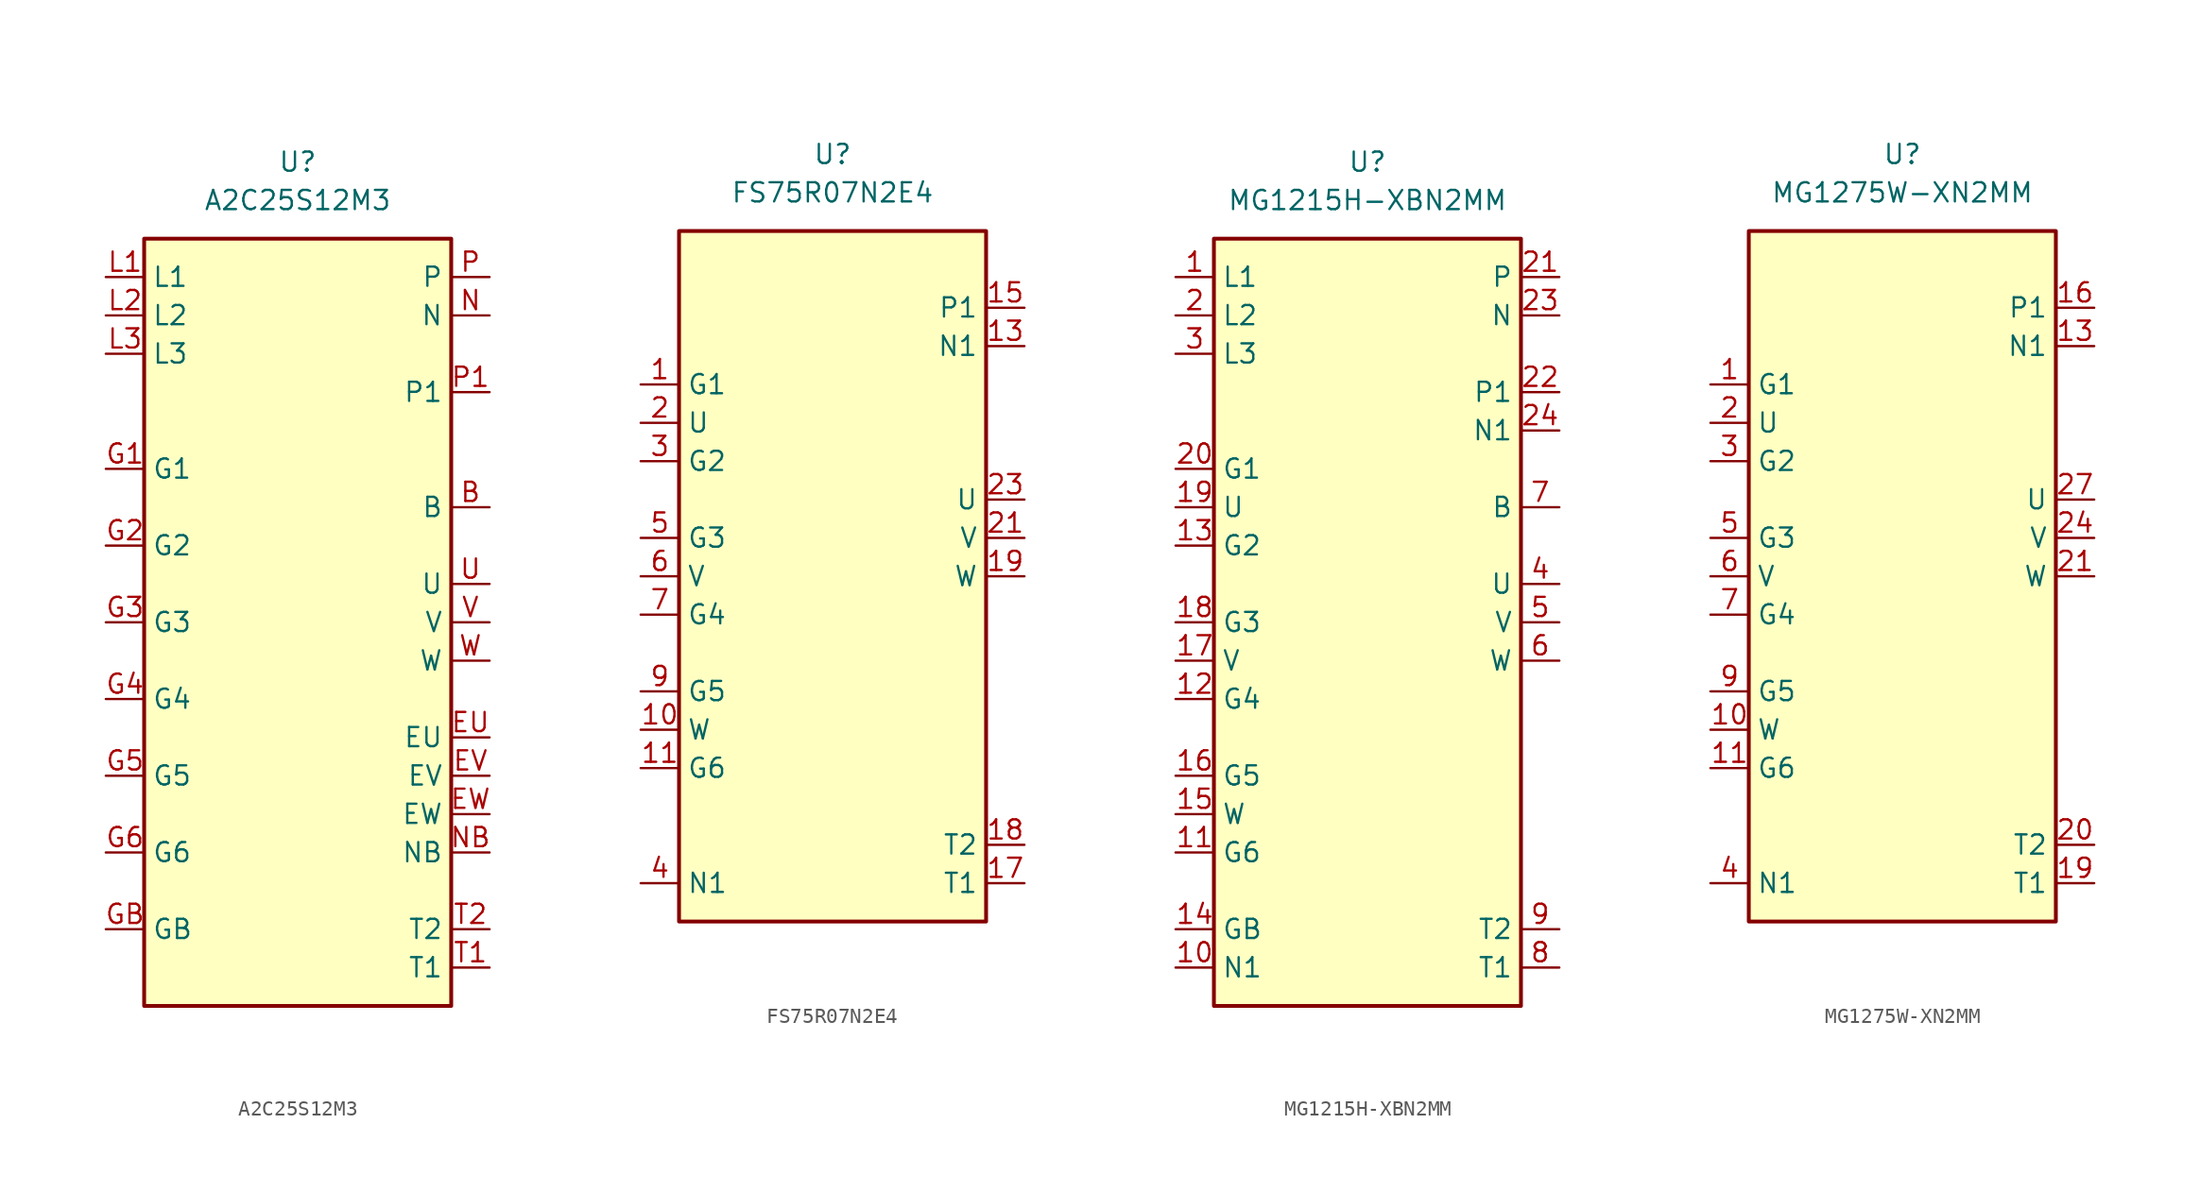
<source format=kicad_sym>
(kicad_symbol_lib
  (version 20220914)
  (generator kicad_symbol_editor)
  (symbol "A2C25S12M3"
    (property "Reference" "U"
      (at 0 30.48 0)
      (effects (font (size 1.27 1.27))))
    (property "Value" "A2C25S12M3"
      (at 0 27.94 0)
      (effects (font (size 1.27 1.27))))
    (symbol "A2C25S12M3_1_1"
      (rectangle (start -10.16 25.4) (end 10.16 -25.4) (stroke (width 0.254) (type default)) (fill (type background)))
      (pin passive line (at 12.7 7.62 180) (length 2.54) (name "B" (effects (font (size 1.27 1.27)))) (number "B" (effects (font (size 1.27 1.27)))))
      (pin passive line (at 12.7 -7.62 180) (length 2.54) (name "EU" (effects (font (size 1.27 1.27)))) (number "EU" (effects (font (size 1.27 1.27)))))
      (pin passive line (at 12.7 -10.16 180) (length 2.54) (name "EV" (effects (font (size 1.27 1.27)))) (number "EV" (effects (font (size 1.27 1.27)))))
      (pin passive line (at 12.7 -12.7 180) (length 2.54) (name "EW" (effects (font (size 1.27 1.27)))) (number "EW" (effects (font (size 1.27 1.27)))))
      (pin passive line (at -12.7 10.16 0) (length 2.54) (name "G1" (effects (font (size 1.27 1.27)))) (number "G1" (effects (font (size 1.27 1.27)))))
      (pin passive line (at -12.7 5.08 0) (length 2.54) (name "G2" (effects (font (size 1.27 1.27)))) (number "G2" (effects (font (size 1.27 1.27)))))
      (pin passive line (at -12.7 0 0) (length 2.54) (name "G3" (effects (font (size 1.27 1.27)))) (number "G3" (effects (font (size 1.27 1.27)))))
      (pin passive line (at -12.7 -5.08 0) (length 2.54) (name "G4" (effects (font (size 1.27 1.27)))) (number "G4" (effects (font (size 1.27 1.27)))))
      (pin passive line (at -12.7 -10.16 0) (length 2.54) (name "G5" (effects (font (size 1.27 1.27)))) (number "G5" (effects (font (size 1.27 1.27)))))
      (pin passive line (at -12.7 -15.24 0) (length 2.54) (name "G6" (effects (font (size 1.27 1.27)))) (number "G6" (effects (font (size 1.27 1.27)))))
      (pin passive line (at -12.7 -20.32 0) (length 2.54) (name "GB" (effects (font (size 1.27 1.27)))) (number "GB" (effects (font (size 1.27 1.27)))))
      (pin passive line (at -12.7 22.86 0) (length 2.54) (name "L1" (effects (font (size 1.27 1.27)))) (number "L1" (effects (font (size 1.27 1.27)))))
      (pin passive line (at -12.7 20.32 0) (length 2.54) (name "L2" (effects (font (size 1.27 1.27)))) (number "L2" (effects (font (size 1.27 1.27)))))
      (pin passive line (at -12.7 17.78 0) (length 2.54) (name "L3" (effects (font (size 1.27 1.27)))) (number "L3" (effects (font (size 1.27 1.27)))))
      (pin passive line (at 12.7 20.32 180) (length 2.54) (name "N" (effects (font (size 1.27 1.27)))) (number "N" (effects (font (size 1.27 1.27)))))
      (pin passive line (at 12.7 -15.24 180) (length 2.54) (name "NB" (effects (font (size 1.27 1.27)))) (number "NB" (effects (font (size 1.27 1.27)))))
      (pin passive line (at 12.7 22.86 180) (length 2.54) (name "P" (effects (font (size 1.27 1.27)))) (number "P" (effects (font (size 1.27 1.27)))))
      (pin passive line (at 12.7 15.24 180) (length 2.54) (name "P1" (effects (font (size 1.27 1.27)))) (number "P1" (effects (font (size 1.27 1.27)))))
      (pin passive line (at 12.7 -22.86 180) (length 2.54) (name "T1" (effects (font (size 1.27 1.27)))) (number "T1" (effects (font (size 1.27 1.27)))))
      (pin passive line (at 12.7 -20.32 180) (length 2.54) (name "T2" (effects (font (size 1.27 1.27)))) (number "T2" (effects (font (size 1.27 1.27)))))
      (pin passive line (at 12.7 2.54 180) (length 2.54) (name "U" (effects (font (size 1.27 1.27)))) (number "U" (effects (font (size 1.27 1.27)))))
      (pin passive line (at 12.7 0 180) (length 2.54) (name "V" (effects (font (size 1.27 1.27)))) (number "V" (effects (font (size 1.27 1.27)))))
      (pin passive line (at 12.7 -2.54 180) (length 2.54) (name "W" (effects (font (size 1.27 1.27)))) (number "W" (effects (font (size 1.27 1.27)))))))
  (symbol "FS75R07N2E4"
    (property "Reference" "U"
      (at 0 25.4 0)
      (effects (font (size 1.27 1.27))))
    (property "Value" "FS75R07N2E4"
      (at 0 22.86 0)
      (effects (font (size 1.27 1.27))))
    (symbol "FS75R07N2E4_0_0"
      (pin passive line (at 12.7 12.7 180) (length 2.54) (name "N1" (effects (font (size 1.27 1.27)))) (number "13" (effects (font (size 1.27 1.27)))))
      (pin passive line (at 12.7 12.7 180) (length 2.54) hide (name "N1" (effects (font (size 1.27 1.27)))) (number "14" (effects (font (size 1.27 1.27)))))
      (pin passive line (at 12.7 15.24 180) (length 2.54) (name "P1" (effects (font (size 1.27 1.27)))) (number "15" (effects (font (size 1.27 1.27)))))
      (pin passive line (at 12.7 15.24 180) (length 2.54) hide (name "P1" (effects (font (size 1.27 1.27)))) (number "16" (effects (font (size 1.27 1.27)))))
      (pin passive line (at 12.7 -22.86 180) (length 2.54) (name "T1" (effects (font (size 1.27 1.27)))) (number "17" (effects (font (size 1.27 1.27)))))
      (pin passive line (at 12.7 -20.32 180) (length 2.54) (name "T2" (effects (font (size 1.27 1.27)))) (number "18" (effects (font (size 1.27 1.27)))))
      (pin passive line (at 12.7 -2.54 180) (length 2.54) (name "W" (effects (font (size 1.27 1.27)))) (number "19" (effects (font (size 1.27 1.27)))))
      (pin passive line (at 12.7 -2.54 180) (length 2.54) hide (name "W" (effects (font (size 1.27 1.27)))) (number "20" (effects (font (size 1.27 1.27)))))
      (pin passive line (at 12.7 0 180) (length 2.54) (name "V" (effects (font (size 1.27 1.27)))) (number "21" (effects (font (size 1.27 1.27)))))
      (pin passive line (at 12.7 0 180) (length 2.54) hide (name "V" (effects (font (size 1.27 1.27)))) (number "22" (effects (font (size 1.27 1.27)))))
      (pin passive line (at 12.7 2.54 180) (length 2.54) (name "U" (effects (font (size 1.27 1.27)))) (number "23" (effects (font (size 1.27 1.27)))))
      (pin passive line (at 12.7 2.54 180) (length 2.54) hide (name "U" (effects (font (size 1.27 1.27)))) (number "24" (effects (font (size 1.27 1.27)))))
      (pin passive line (at 12.7 15.24 180) (length 2.54) hide (name "P1" (effects (font (size 1.27 1.27)))) (number "25" (effects (font (size 1.27 1.27)))))
      (pin passive line (at 12.7 15.24 180) (length 2.54) hide (name "P1" (effects (font (size 1.27 1.27)))) (number "26" (effects (font (size 1.27 1.27)))))
      (pin passive line (at 12.7 12.7 180) (length 2.54) hide (name "N1" (effects (font (size 1.27 1.27)))) (number "27" (effects (font (size 1.27 1.27)))))
      (pin passive line (at 12.7 12.7 180) (length 2.54) hide (name "N1" (effects (font (size 1.27 1.27)))) (number "28" (effects (font (size 1.27 1.27))))))
    (symbol "FS75R07N2E4_1_1"
      (rectangle (start -10.16 20.32) (end 10.16 -25.4) (stroke (width 0.254) (type default)) (fill (type background)))
      (pin passive line (at -12.7 10.16 0) (length 2.54) (name "G1" (effects (font (size 1.27 1.27)))) (number "1" (effects (font (size 1.27 1.27)))))
      (pin passive line (at -12.7 -12.7 0) (length 2.54) (name "W" (effects (font (size 1.27 1.27)))) (number "10" (effects (font (size 1.27 1.27)))))
      (pin passive line (at -12.7 -15.24 0) (length 2.54) (name "G6" (effects (font (size 1.27 1.27)))) (number "11" (effects (font (size 1.27 1.27)))))
      (pin passive line (at -12.7 -22.86 0) (length 2.54) hide (name "N1" (effects (font (size 1.27 1.27)))) (number "12" (effects (font (size 1.27 1.27)))))
      (pin passive line (at -12.7 7.62 0) (length 2.54) (name "U" (effects (font (size 1.27 1.27)))) (number "2" (effects (font (size 1.27 1.27)))))
      (pin passive line (at -12.7 5.08 0) (length 2.54) (name "G2" (effects (font (size 1.27 1.27)))) (number "3" (effects (font (size 1.27 1.27)))))
      (pin passive line (at -12.7 -22.86 0) (length 2.54) (name "N1" (effects (font (size 1.27 1.27)))) (number "4" (effects (font (size 1.27 1.27)))))
      (pin passive line (at -12.7 0 0) (length 2.54) (name "G3" (effects (font (size 1.27 1.27)))) (number "5" (effects (font (size 1.27 1.27)))))
      (pin passive line (at -12.7 -2.54 0) (length 2.54) (name "V" (effects (font (size 1.27 1.27)))) (number "6" (effects (font (size 1.27 1.27)))))
      (pin passive line (at -12.7 -5.08 0) (length 2.54) (name "G4" (effects (font (size 1.27 1.27)))) (number "7" (effects (font (size 1.27 1.27)))))
      (pin passive line (at -12.7 -22.86 0) (length 2.54) hide (name "N1" (effects (font (size 1.27 1.27)))) (number "8" (effects (font (size 1.27 1.27)))))
      (pin passive line (at -12.7 -10.16 0) (length 2.54) (name "G5" (effects (font (size 1.27 1.27)))) (number "9" (effects (font (size 1.27 1.27)))))))
  (symbol "MG1215H-XBN2MM"
    (property "Reference" "U"
      (at 0 30.48 0)
      (effects (font (size 1.27 1.27))))
    (property "Value" "MG1215H-XBN2MM"
      (at 0 27.94 0)
      (effects (font (size 1.27 1.27))))
    (symbol "MG1215H-XBN2MM_1_1"
      (rectangle (start -10.16 25.4) (end 10.16 -25.4) (stroke (width 0.254) (type default)) (fill (type background)))
      (pin passive line (at -12.7 22.86 0) (length 2.54) (name "L1" (effects (font (size 1.27 1.27)))) (number "1" (effects (font (size 1.27 1.27)))))
      (pin passive line (at -12.7 -22.86 0) (length 2.54) (name "N1" (effects (font (size 1.27 1.27)))) (number "10" (effects (font (size 1.27 1.27)))))
      (pin passive line (at -12.7 -15.24 0) (length 2.54) (name "G6" (effects (font (size 1.27 1.27)))) (number "11" (effects (font (size 1.27 1.27)))))
      (pin passive line (at -12.7 -5.08 0) (length 2.54) (name "G4" (effects (font (size 1.27 1.27)))) (number "12" (effects (font (size 1.27 1.27)))))
      (pin passive line (at -12.7 5.08 0) (length 2.54) (name "G2" (effects (font (size 1.27 1.27)))) (number "13" (effects (font (size 1.27 1.27)))))
      (pin passive line (at -12.7 -20.32 0) (length 2.54) (name "GB" (effects (font (size 1.27 1.27)))) (number "14" (effects (font (size 1.27 1.27)))))
      (pin passive line (at -12.7 -12.7 0) (length 2.54) (name "W" (effects (font (size 1.27 1.27)))) (number "15" (effects (font (size 1.27 1.27)))))
      (pin passive line (at -12.7 -10.16 0) (length 2.54) (name "G5" (effects (font (size 1.27 1.27)))) (number "16" (effects (font (size 1.27 1.27)))))
      (pin passive line (at -12.7 -2.54 0) (length 2.54) (name "V" (effects (font (size 1.27 1.27)))) (number "17" (effects (font (size 1.27 1.27)))))
      (pin passive line (at -12.7 0 0) (length 2.54) (name "G3" (effects (font (size 1.27 1.27)))) (number "18" (effects (font (size 1.27 1.27)))))
      (pin passive line (at -12.7 7.62 0) (length 2.54) (name "U" (effects (font (size 1.27 1.27)))) (number "19" (effects (font (size 1.27 1.27)))))
      (pin passive line (at -12.7 20.32 0) (length 2.54) (name "L2" (effects (font (size 1.27 1.27)))) (number "2" (effects (font (size 1.27 1.27)))))
      (pin passive line (at -12.7 10.16 0) (length 2.54) (name "G1" (effects (font (size 1.27 1.27)))) (number "20" (effects (font (size 1.27 1.27)))))
      (pin passive line (at 12.7 22.86 180) (length 2.54) (name "P" (effects (font (size 1.27 1.27)))) (number "21" (effects (font (size 1.27 1.27)))))
      (pin passive line (at 12.7 15.24 180) (length 2.54) (name "P1" (effects (font (size 1.27 1.27)))) (number "22" (effects (font (size 1.27 1.27)))))
      (pin passive line (at 12.7 20.32 180) (length 2.54) (name "N" (effects (font (size 1.27 1.27)))) (number "23" (effects (font (size 1.27 1.27)))))
      (pin passive line (at 12.7 12.7 180) (length 2.54) (name "N1" (effects (font (size 1.27 1.27)))) (number "24" (effects (font (size 1.27 1.27)))))
      (pin passive line (at -12.7 17.78 0) (length 2.54) (name "L3" (effects (font (size 1.27 1.27)))) (number "3" (effects (font (size 1.27 1.27)))))
      (pin passive line (at 12.7 2.54 180) (length 2.54) (name "U" (effects (font (size 1.27 1.27)))) (number "4" (effects (font (size 1.27 1.27)))))
      (pin passive line (at 12.7 0 180) (length 2.54) (name "V" (effects (font (size 1.27 1.27)))) (number "5" (effects (font (size 1.27 1.27)))))
      (pin passive line (at 12.7 -2.54 180) (length 2.54) (name "W" (effects (font (size 1.27 1.27)))) (number "6" (effects (font (size 1.27 1.27)))))
      (pin passive line (at 12.7 7.62 180) (length 2.54) (name "B" (effects (font (size 1.27 1.27)))) (number "7" (effects (font (size 1.27 1.27)))))
      (pin passive line (at 12.7 -22.86 180) (length 2.54) (name "T1" (effects (font (size 1.27 1.27)))) (number "8" (effects (font (size 1.27 1.27)))))
      (pin passive line (at 12.7 -20.32 180) (length 2.54) (name "T2" (effects (font (size 1.27 1.27)))) (number "9" (effects (font (size 1.27 1.27)))))))
  (symbol "MG1275W-XN2MM"
    (property "Reference" "U"
      (at 0 27.94 0)
      (effects (font (size 1.27 1.27))))
    (property "Value" "MG1275W-XN2MM"
      (at 0 25.4 0)
      (effects (font (size 1.27 1.27))))
    (symbol "MG1275W-XN2MM_0_0"
      (pin passive line (at 12.7 15.24 180) (length 2.54) (name "N1" (effects (font (size 1.27 1.27)))) (number "13" (effects (font (size 1.27 1.27)))))
      (pin passive line (at 12.7 15.24 180) (length 2.54) hide (name "N1" (effects (font (size 1.27 1.27)))) (number "14" (effects (font (size 1.27 1.27)))))
      (pin passive line (at 12.7 15.24 180) (length 2.54) hide (name "N1" (effects (font (size 1.27 1.27)))) (number "15" (effects (font (size 1.27 1.27)))))
      (pin passive line (at 12.7 17.78 180) (length 2.54) (name "P1" (effects (font (size 1.27 1.27)))) (number "16" (effects (font (size 1.27 1.27)))))
      (pin passive line (at 12.7 17.78 180) (length 2.54) hide (name "P1" (effects (font (size 1.27 1.27)))) (number "17" (effects (font (size 1.27 1.27)))))
      (pin passive line (at 12.7 17.78 180) (length 2.54) hide (name "P1" (effects (font (size 1.27 1.27)))) (number "18" (effects (font (size 1.27 1.27)))))
      (pin passive line (at 12.7 -20.32 180) (length 2.54) (name "T1" (effects (font (size 1.27 1.27)))) (number "19" (effects (font (size 1.27 1.27)))))
      (pin passive line (at 12.7 -17.78 180) (length 2.54) (name "T2" (effects (font (size 1.27 1.27)))) (number "20" (effects (font (size 1.27 1.27)))))
      (pin passive line (at 12.7 17.78 180) (length 2.54) hide (name "P1" (effects (font (size 1.27 1.27)))) (number "30" (effects (font (size 1.27 1.27)))))
      (pin passive line (at 12.7 17.78 180) (length 2.54) hide (name "P1" (effects (font (size 1.27 1.27)))) (number "31" (effects (font (size 1.27 1.27)))))
      (pin passive line (at 12.7 17.78 180) (length 2.54) hide (name "P1" (effects (font (size 1.27 1.27)))) (number "32" (effects (font (size 1.27 1.27)))))
      (pin passive line (at 12.7 15.24 180) (length 2.54) hide (name "N1" (effects (font (size 1.27 1.27)))) (number "33" (effects (font (size 1.27 1.27)))))
      (pin passive line (at 12.7 15.24 180) (length 2.54) hide (name "N1" (effects (font (size 1.27 1.27)))) (number "34" (effects (font (size 1.27 1.27)))))
      (pin passive line (at 12.7 15.24 180) (length 2.54) hide (name "N1" (effects (font (size 1.27 1.27)))) (number "35" (effects (font (size 1.27 1.27))))))
    (symbol "MG1275W-XN2MM_1_1"
      (rectangle (start -10.16 22.86) (end 10.16 -22.86) (stroke (width 0.254) (type default)) (fill (type background)))
      (pin passive line (at -12.7 12.7 0) (length 2.54) (name "G1" (effects (font (size 1.27 1.27)))) (number "1" (effects (font (size 1.27 1.27)))))
      (pin passive line (at -12.7 -10.16 0) (length 2.54) (name "W" (effects (font (size 1.27 1.27)))) (number "10" (effects (font (size 1.27 1.27)))))
      (pin passive line (at -12.7 -12.7 0) (length 2.54) (name "G6" (effects (font (size 1.27 1.27)))) (number "11" (effects (font (size 1.27 1.27)))))
      (pin passive line (at -12.7 -20.32 0) (length 2.54) hide (name "N1" (effects (font (size 1.27 1.27)))) (number "12" (effects (font (size 1.27 1.27)))))
      (pin passive line (at -12.7 10.16 0) (length 2.54) (name "U" (effects (font (size 1.27 1.27)))) (number "2" (effects (font (size 1.27 1.27)))))
      (pin passive line (at 12.7 0 180) (length 2.54) (name "W" (effects (font (size 1.27 1.27)))) (number "21" (effects (font (size 1.27 1.27)))))
      (pin passive line (at 12.7 0 180) (length 2.54) hide (name "W" (effects (font (size 1.27 1.27)))) (number "22" (effects (font (size 1.27 1.27)))))
      (pin passive line (at 12.7 0 180) (length 2.54) hide (name "W" (effects (font (size 1.27 1.27)))) (number "23" (effects (font (size 1.27 1.27)))))
      (pin passive line (at 12.7 2.54 180) (length 2.54) (name "V" (effects (font (size 1.27 1.27)))) (number "24" (effects (font (size 1.27 1.27)))))
      (pin passive line (at 12.7 2.54 180) (length 2.54) hide (name "V" (effects (font (size 1.27 1.27)))) (number "25" (effects (font (size 1.27 1.27)))))
      (pin passive line (at 12.7 2.54 180) (length 2.54) hide (name "V" (effects (font (size 1.27 1.27)))) (number "26" (effects (font (size 1.27 1.27)))))
      (pin passive line (at 12.7 5.08 180) (length 2.54) (name "U" (effects (font (size 1.27 1.27)))) (number "27" (effects (font (size 1.27 1.27)))))
      (pin passive line (at 12.7 5.08 180) (length 2.54) hide (name "U" (effects (font (size 1.27 1.27)))) (number "28" (effects (font (size 1.27 1.27)))))
      (pin passive line (at 12.7 5.08 180) (length 2.54) hide (name "U" (effects (font (size 1.27 1.27)))) (number "29" (effects (font (size 1.27 1.27)))))
      (pin passive line (at -12.7 7.62 0) (length 2.54) (name "G2" (effects (font (size 1.27 1.27)))) (number "3" (effects (font (size 1.27 1.27)))))
      (pin passive line (at -12.7 -20.32 0) (length 2.54) (name "N1" (effects (font (size 1.27 1.27)))) (number "4" (effects (font (size 1.27 1.27)))))
      (pin passive line (at -12.7 2.54 0) (length 2.54) (name "G3" (effects (font (size 1.27 1.27)))) (number "5" (effects (font (size 1.27 1.27)))))
      (pin passive line (at -12.7 0 0) (length 2.54) (name "V" (effects (font (size 1.27 1.27)))) (number "6" (effects (font (size 1.27 1.27)))))
      (pin passive line (at -12.7 -2.54 0) (length 2.54) (name "G4" (effects (font (size 1.27 1.27)))) (number "7" (effects (font (size 1.27 1.27)))))
      (pin passive line (at -12.7 -20.32 0) (length 2.54) hide (name "N1" (effects (font (size 1.27 1.27)))) (number "8" (effects (font (size 1.27 1.27)))))
      (pin passive line (at -12.7 -7.62 0) (length 2.54) (name "G5" (effects (font (size 1.27 1.27)))) (number "9" (effects (font (size 1.27 1.27))))))))
</source>
